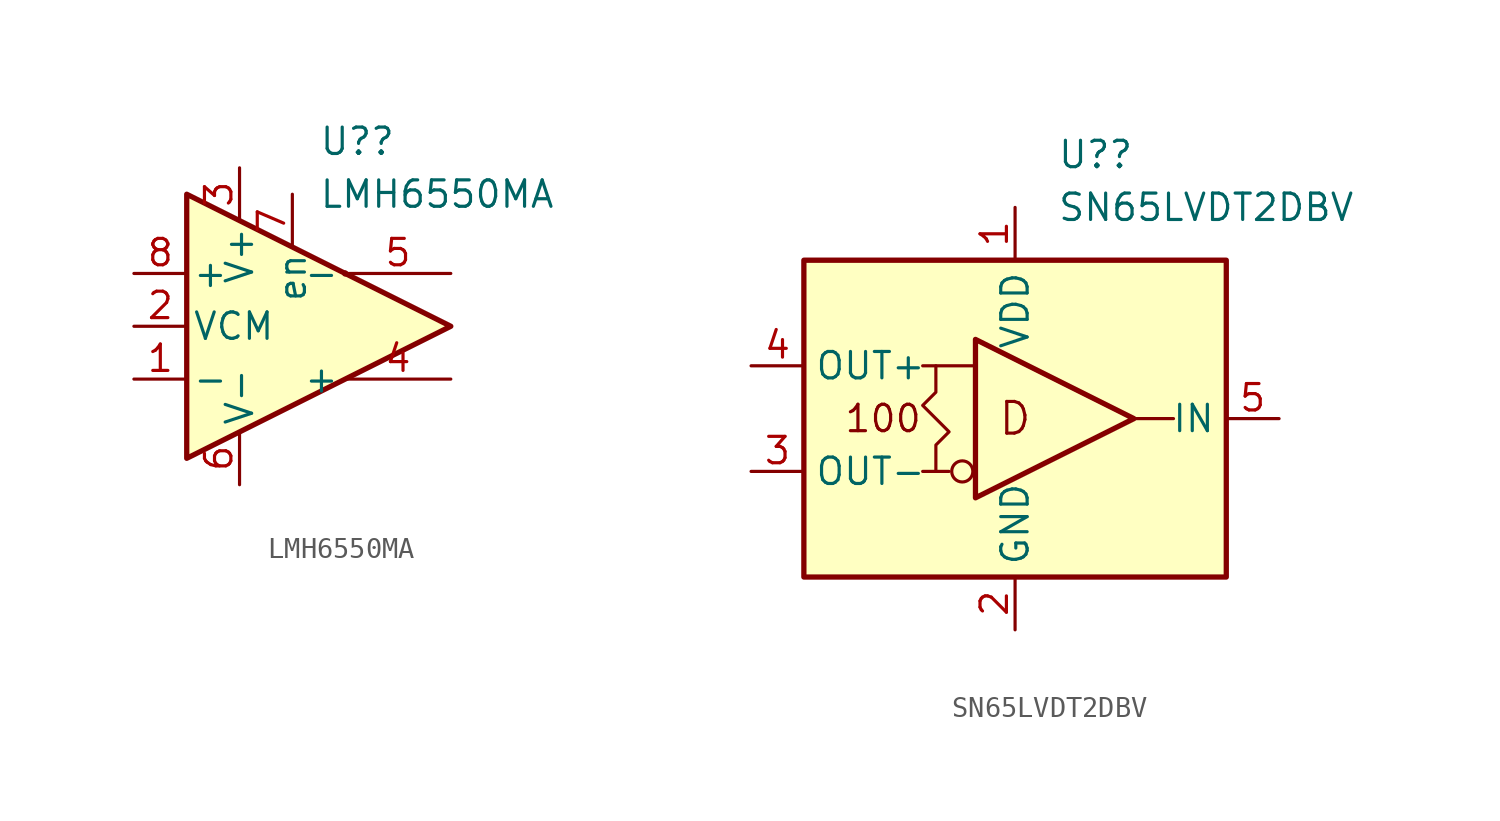
<source format=kicad_sym>
(kicad_symbol_lib
  (version 20211014)
  (generator kicad_symbol_editor)
  (symbol "LMH6550MA"
    (pin_names
      (offset 0.254))
    (property "Reference" "U?"
      (at 1.27 8.89 0)
      (effects (font (size 1.27 1.27)) (justify left)))
    (property "Value" "LMH6550MA"
      (at 1.27 6.35 0)
      (effects (font (size 1.27 1.27)) (justify left)))
    (symbol "LMH6550MA_0_1"
      (polyline (pts (xy 7.62 0) (xy -5.08 6.35) (xy -5.08 -6.35) (xy 7.62 0)) (stroke (width 0.254) (type default) (color 0 0 0 0)) (fill (type background)))
      (circle (center 2.54 2.54) (radius 0.0001) (stroke (width 0) (type default) (color 0 0 0 0)) (fill (type none))))
    (symbol "LMH6550MA_1_1"
      (pin input line (at -7.62 -2.54 0) (length 2.54) (name "-" (effects (font (size 1.27 1.27)))) (number "1" (effects (font (size 1.27 1.27)))))
      (pin input line (at -7.62 0 0) (length 2.54) (name "VCM" (effects (font (size 1.27 1.27)))) (number "2" (effects (font (size 1.27 1.27)))))
      (pin power_in line (at -2.54 7.62 270) (length 2.54) (name "V+" (effects (font (size 1.27 1.27)))) (number "3" (effects (font (size 1.27 1.27)))))
      (pin output line (at 7.62 -2.54 180) (length 5.08) (name "+" (effects (font (size 1.27 1.27)))) (number "4" (effects (font (size 1.27 1.27)))))
      (pin output line (at 7.62 2.54 180) (length 5.08) (name "-" (effects (font (size 1.27 1.27)))) (number "5" (effects (font (size 1.27 1.27)))))
      (pin power_in line (at -2.54 -7.62 90) (length 2.54) (name "V-" (effects (font (size 1.27 1.27)))) (number "6" (effects (font (size 1.27 1.27)))))
      (pin no_connect line (at 5.08 0 180) (length 2.54) hide (name "NC" (effects (font (size 1.27 1.27)))) (number "7" (effects (font (size 1.27 1.27)))))
      (pin input line (at 0 6.35 270) (length 2.54) (name "en" (effects (font (size 1.27 1.27)))) (number "7" (effects (font (size 1.27 1.27)))))
      (pin input line (at -7.62 2.54 0) (length 2.54) (name "+" (effects (font (size 1.27 1.27)))) (number "8" (effects (font (size 1.27 1.27)))))))
  (symbol "SN65LVDT2DBV"
    (property "Reference" "U?"
      (at 2.019 12.7 0)
      (effects (font (size 1.27 1.27)) (justify left)))
    (property "Value" "SN65LVDT2DBV"
      (at 2.019 10.16 0)
      (effects (font (size 1.27 1.27)) (justify left)))
    (symbol "SN65LVDT2DBV_0_0"
      (text "100" (at -6.35 0 0) (effects (font (size 1.27 1.27)))))
    (symbol "SN65LVDT2DBV_0_1"
      (polyline (pts (xy -4.445 -2.54) (xy -3.175 -2.54)) (stroke (width 0) (type default) (color 0 0 0 0)) (fill (type none)))
      (polyline (pts (xy -4.445 2.54) (xy -1.905 2.54)) (stroke (width 0) (type default) (color 0 0 0 0)) (fill (type none)))
      (polyline (pts (xy 7.62 0) (xy 5.715 0)) (stroke (width 0) (type default) (color 0 0 0 0)) (fill (type none)))
      (polyline (pts (xy -3.81 2.54) (xy -3.81 1.27) (xy -4.445 0.635) (xy -3.175 -0.635) (xy -3.81 -1.27) (xy -3.81 -2.54)) (stroke (width 0) (type default) (color 0 0 0 0)) (fill (type none))))
    (symbol "SN65LVDT2DBV_1_0"
      (rectangle (start -10.16 7.62) (end 10.16 -7.62) (stroke (width 0.254) (type default) (color 0 0 0 0)) (fill (type background)))
      (circle (center -2.54 -2.54) (radius 0.508) (stroke (width 0) (type default) (color 0 0 0 0)) (fill (type none)))
      (text "D" (at 0 0 0) (effects (font (size 1.524 1.524)))))
    (symbol "SN65LVDT2DBV_1_1"
      (polyline (pts (xy -1.905 -3.81) (xy -1.905 3.81) (xy 5.715 0) (xy -1.905 -3.81)) (stroke (width 0.254) (type default) (color 0 0 0 0)) (fill (type none)))
      (pin power_in line (at 0 10.16 270) (length 2.54) (name "VDD" (effects (font (size 1.27 1.27)))) (number "1" (effects (font (size 1.27 1.27)))))
      (pin power_in line (at 0 -10.16 90) (length 2.54) (name "GND" (effects (font (size 1.27 1.27)))) (number "2" (effects (font (size 1.27 1.27)))))
      (pin input line (at -12.7 -2.54 0) (length 2.54) (name "OUT-" (effects (font (size 1.27 1.27)))) (number "3" (effects (font (size 1.27 1.27)))))
      (pin input line (at -12.7 2.54 0) (length 2.54) (name "OUT+" (effects (font (size 1.27 1.27)))) (number "4" (effects (font (size 1.27 1.27)))))
      (pin output line (at 12.7 0 180) (length 2.54) (name "IN" (effects (font (size 1.27 1.27)))) (number "5" (effects (font (size 1.27 1.27))))))))
</source>
